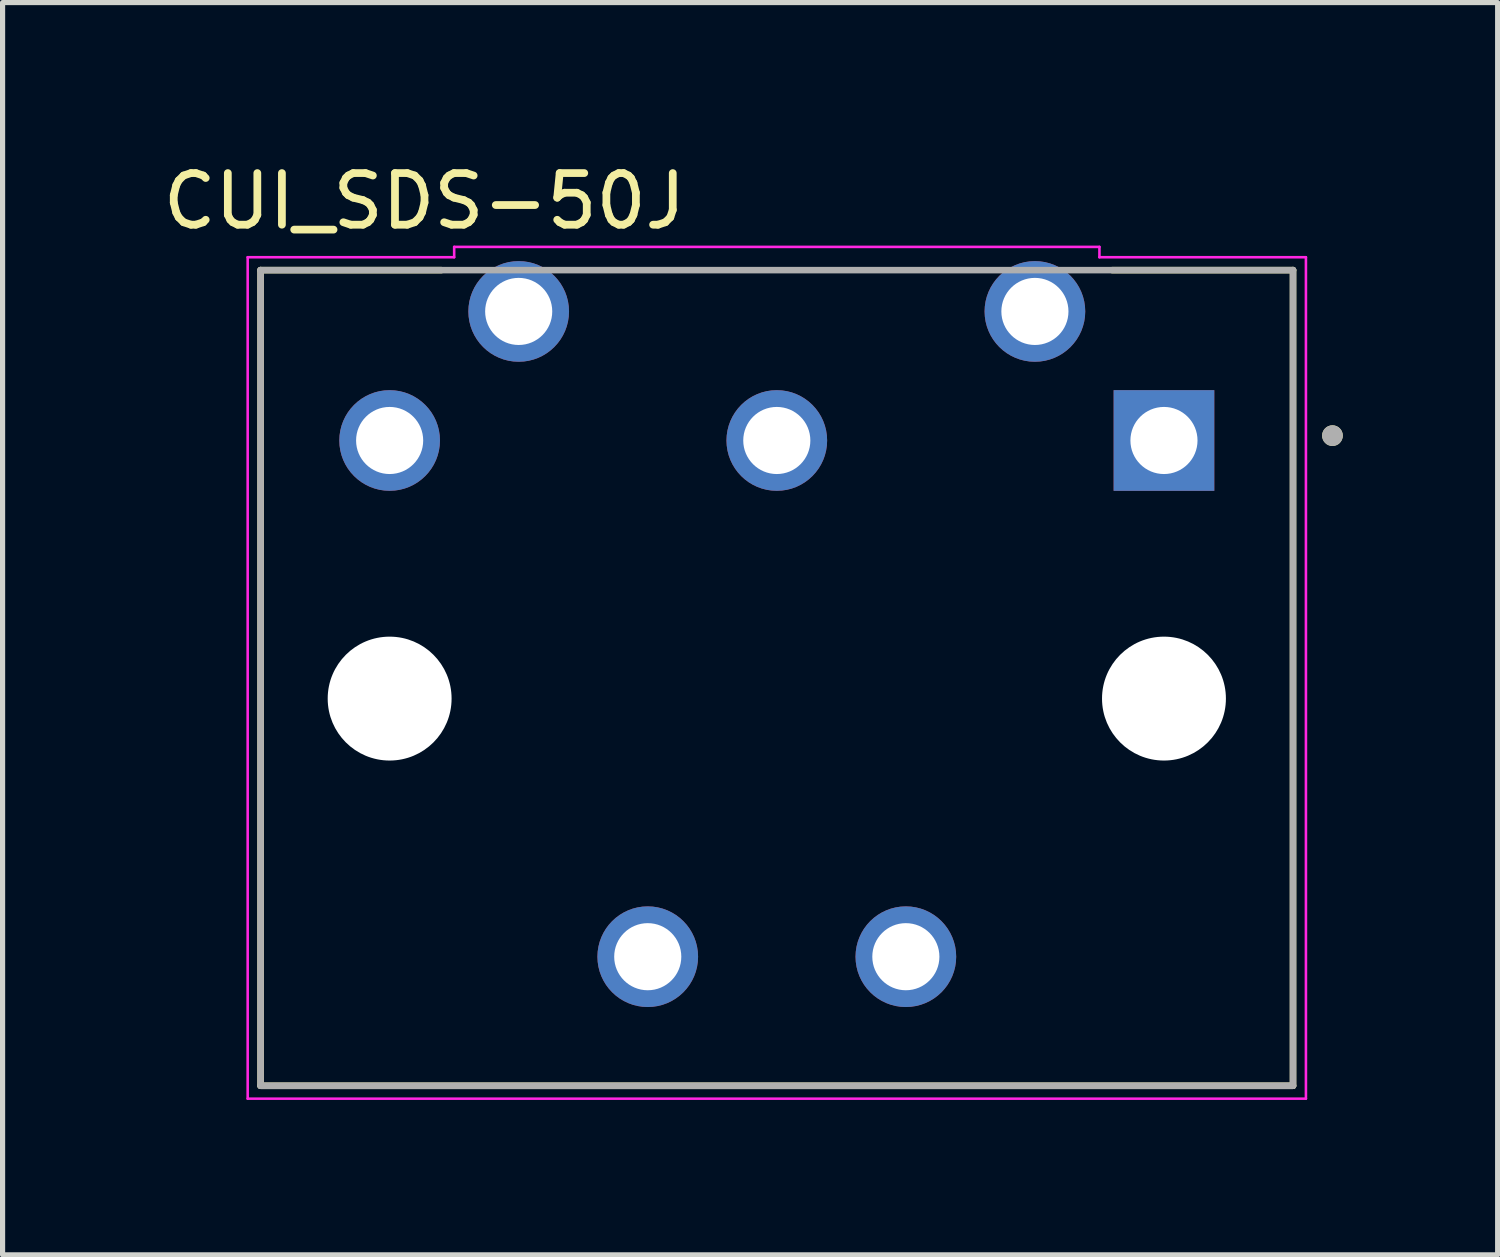
<source format=kicad_pcb>
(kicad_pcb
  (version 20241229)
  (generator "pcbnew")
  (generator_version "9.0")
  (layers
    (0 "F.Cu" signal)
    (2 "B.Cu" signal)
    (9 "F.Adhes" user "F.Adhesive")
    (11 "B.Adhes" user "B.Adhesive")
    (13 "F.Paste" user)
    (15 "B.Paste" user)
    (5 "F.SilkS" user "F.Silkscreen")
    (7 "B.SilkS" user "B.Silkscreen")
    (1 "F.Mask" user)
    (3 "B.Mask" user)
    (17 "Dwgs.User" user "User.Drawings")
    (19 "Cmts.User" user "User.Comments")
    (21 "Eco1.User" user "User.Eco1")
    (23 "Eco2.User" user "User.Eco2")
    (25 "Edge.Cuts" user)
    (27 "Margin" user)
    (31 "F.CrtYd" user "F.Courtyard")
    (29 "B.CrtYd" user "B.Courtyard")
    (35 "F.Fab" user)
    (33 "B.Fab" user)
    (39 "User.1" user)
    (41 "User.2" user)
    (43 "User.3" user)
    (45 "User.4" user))
  (footprint "CUI_SDS-50J"
    (layer "F.Cu")
    (at 11.998 10.483)
    (property "Reference" "CUI_SDS-50J" (at -6.825 -9.635 0) (layer "F.SilkS") (effects (font (size 1 1) (thickness 0.15))))
    (attr through_hole)
    (fp_line (start -10 -8.3) (end -6.5 -8.3) (stroke (width 0.127) (type solid)) (layer "F.SilkS"))
    (fp_line (start -10 7.5) (end -10 -8.3) (stroke (width 0.127) (type solid)) (layer "F.SilkS"))
    (fp_line (start -10 7.5) (end 10 7.5) (stroke (width 0.127) (type solid)) (layer "F.SilkS"))
    (fp_line (start 6.5 -8.3) (end 10 -8.3) (stroke (width 0.127) (type solid)) (layer "F.SilkS"))
    (fp_line (start 10 -8.3) (end 10 7.5) (stroke (width 0.127) (type solid)) (layer "F.SilkS"))
    (fp_circle (center 10.764 -5.094) (end 10.864 -5.094) (stroke (width 0.2) (type solid)) (fill no) (layer "F.SilkS"))
    (fp_line (start -10.25 -8.55) (end -6.25 -8.55) (stroke (width 0.05) (type solid)) (layer "F.CrtYd"))
    (fp_line (start -10.25 7.75) (end -10.25 -8.55) (stroke (width 0.05) (type solid)) (layer "F.CrtYd"))
    (fp_line (start -6.25 -8.75) (end 6.25 -8.75) (stroke (width 0.05) (type solid)) (layer "F.CrtYd"))
    (fp_line (start -6.25 -8.55) (end -6.25 -8.75) (stroke (width 0.05) (type solid)) (layer "F.CrtYd"))
    (fp_line (start 6.25 -8.75) (end 6.25 -8.55) (stroke (width 0.05) (type solid)) (layer "F.CrtYd"))
    (fp_line (start 6.25 -8.55) (end 10.25 -8.55) (stroke (width 0.05) (type solid)) (layer "F.CrtYd"))
    (fp_line (start 10.25 -8.55) (end 10.25 7.75) (stroke (width 0.05) (type solid)) (layer "F.CrtYd"))
    (fp_line (start 10.25 7.75) (end -10.25 7.75) (stroke (width 0.05) (type solid)) (layer "F.CrtYd"))
    (fp_line (start -10 -8.3) (end 10 -8.3) (stroke (width 0.127) (type solid)) (layer "F.Fab"))
    (fp_line (start -10 7.5) (end -10 -8.3) (stroke (width 0.127) (type solid)) (layer "F.Fab"))
    (fp_line (start 10 -8.3) (end 10 7.5) (stroke (width 0.127) (type solid)) (layer "F.Fab"))
    (fp_line (start 10 7.5) (end -10 7.5) (stroke (width 0.127) (type solid)) (layer "F.Fab"))
    (fp_circle (center 10.764 -5.094) (end 10.864 -5.094) (stroke (width 0.2) (type solid)) (fill no) (layer "F.Fab"))
    (pad "" np_thru_hole circle (at -7.5 0) (size 2.4 2.4) (drill 2.4) (layers "*.Cu" "*.Mask"))
    (pad "" np_thru_hole circle (at 7.5 0) (size 2.4 2.4) (drill 2.4) (layers "*.Cu" "*.Mask"))
    (pad "1" thru_hole rect (at 7.5 -5) (size 1.95 1.95) (drill 1.3) (layers "*.Cu" "*.Mask"))
    (pad "2" thru_hole circle (at 0 -5) (size 1.95 1.95) (drill 1.3) (layers "*.Cu" "*.Mask"))
    (pad "3" thru_hole circle (at -7.5 -5) (size 1.95 1.95) (drill 1.3) (layers "*.Cu" "*.Mask"))
    (pad "4" thru_hole circle (at 5 -7.5) (size 1.95 1.95) (drill 1.3) (layers "*.Cu" "*.Mask"))
    (pad "5" thru_hole circle (at -5 -7.5) (size 1.95 1.95) (drill 1.3) (layers "*.Cu" "*.Mask"))
    (pad "E1" thru_hole circle (at -2.5 5) (size 1.95 1.95) (drill 1.3) (layers "*.Cu" "*.Mask"))
    (pad "E2" thru_hole circle (at 2.5 5) (size 1.95 1.95) (drill 1.3) (layers "*.Cu" "*.Mask")))
  (gr_rect
    (start -3 -3)
    (end 25.962 21.258)
    (stroke (width 0.1) (type default))
    (fill no)
    (layer "Edge.Cuts")))
</source>
